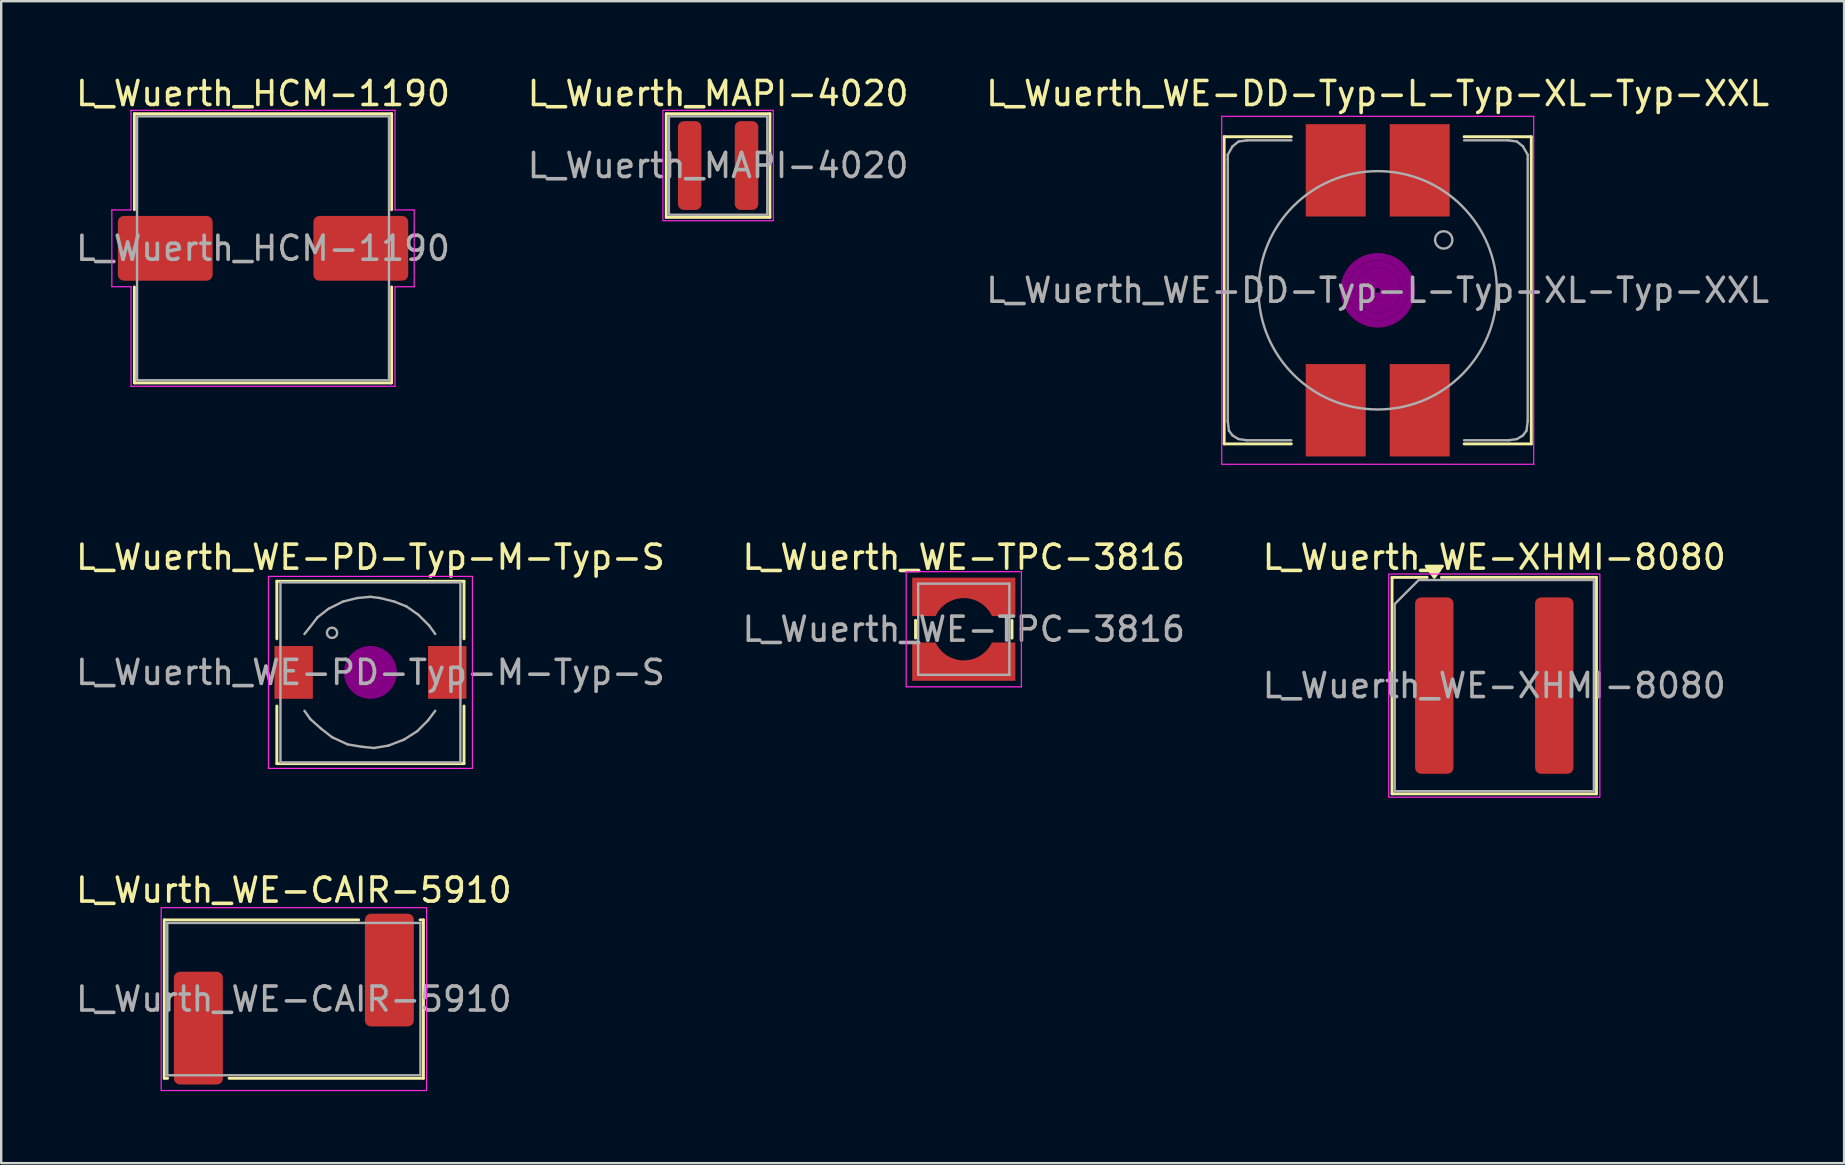
<source format=kicad_pcb>
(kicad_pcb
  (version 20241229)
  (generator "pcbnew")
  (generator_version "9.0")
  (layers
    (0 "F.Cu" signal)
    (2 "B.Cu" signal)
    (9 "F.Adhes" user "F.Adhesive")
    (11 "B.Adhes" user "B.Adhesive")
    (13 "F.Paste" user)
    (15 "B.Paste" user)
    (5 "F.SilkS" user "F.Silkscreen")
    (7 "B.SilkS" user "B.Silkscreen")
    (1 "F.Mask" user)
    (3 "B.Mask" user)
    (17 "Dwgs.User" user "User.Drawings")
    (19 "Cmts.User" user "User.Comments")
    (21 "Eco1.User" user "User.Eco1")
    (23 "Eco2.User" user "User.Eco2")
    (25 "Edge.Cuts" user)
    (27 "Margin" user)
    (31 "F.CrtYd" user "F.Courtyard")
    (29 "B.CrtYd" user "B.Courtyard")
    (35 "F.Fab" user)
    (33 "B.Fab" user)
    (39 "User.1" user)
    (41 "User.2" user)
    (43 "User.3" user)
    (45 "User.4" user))
  (footprint "L_Wuerth_WE-XHMI-8080"
    (layer "F.Cu")
    (at 59.22 25.521)
    (property "Reference" "L_Wuerth_WE-XHMI-8080" (at 0 -5.35 0) (layer "F.SilkS") (effects (font (size 1 1) (thickness 0.15))))
    (attr smd)
    (fp_line (start -4.26 -4.51) (end -2.796 -4.51) (stroke (width 0.12) (type solid)) (layer "F.SilkS"))
    (fp_line (start -4.26 4.51) (end -4.26 -4.51) (stroke (width 0.12) (type solid)) (layer "F.SilkS"))
    (fp_line (start -2.204 -4.51) (end 4.26 -4.51) (stroke (width 0.12) (type solid)) (layer "F.SilkS"))
    (fp_line (start 4.26 -4.51) (end 4.26 4.51) (stroke (width 0.12) (type solid)) (layer "F.SilkS"))
    (fp_line (start 4.26 4.51) (end -4.26 4.51) (stroke (width 0.12) (type solid)) (layer "F.SilkS"))
    (fp_poly (pts (xy -2.5 -4.51) (xy -2.84 -4.98) (xy -2.16 -4.98)) (stroke (width 0.12) (type solid)) (fill yes) (layer "F.SilkS"))
    (fp_rect (start -4.4 -4.65) (end 4.4 4.65) (stroke (width 0.05) (type solid)) (fill no) (layer "F.CrtYd"))
    (fp_poly (pts (xy -4.15 -3.4) (xy -4.15 4.4) (xy 4.15 4.4) (xy 4.15 -4.4) (xy -3.15 -4.4)) (stroke (width 0.1) (type solid)) (fill no) (layer "F.Fab"))
    (fp_text user "${REFERENCE}" (at 0 0 0) (layer "F.Fab") (effects (font (size 1 1) (thickness 0.15))))
    (pad "1" smd roundrect (at -2.5 0) (size 1.6 7.35) (layers "F.Cu" "F.Mask" "F.Paste") (roundrect_rratio 0.156))
    (pad "2" smd roundrect (at 2.5 0) (size 1.6 7.35) (layers "F.Cu" "F.Mask" "F.Paste") (roundrect_rratio 0.156)))
  (footprint "L_Wuerth_HCM-1190"
    (layer "F.Cu")
    (at 7.911 7.298)
    (property "Reference" "L_Wuerth_HCM-1190" (at 0 -6.45 0) (layer "F.SilkS") (effects (font (size 1 1) (thickness 0.15))))
    (attr smd)
    (fp_line (start -5.36 -5.61) (end 5.36 -5.61) (stroke (width 0.12) (type solid)) (layer "F.SilkS"))
    (fp_line (start -5.36 -1.61) (end -5.36 -5.61) (stroke (width 0.12) (type solid)) (layer "F.SilkS"))
    (fp_line (start -5.36 5.61) (end -5.36 1.61) (stroke (width 0.12) (type solid)) (layer "F.SilkS"))
    (fp_line (start 5.36 -5.61) (end 5.36 -1.61) (stroke (width 0.12) (type solid)) (layer "F.SilkS"))
    (fp_line (start 5.36 1.61) (end 5.36 5.61) (stroke (width 0.12) (type solid)) (layer "F.SilkS"))
    (fp_line (start 5.36 5.61) (end -5.36 5.61) (stroke (width 0.12) (type solid)) (layer "F.SilkS"))
    (fp_line (start -6.3 -1.6) (end -5.5 -1.6) (stroke (width 0.05) (type solid)) (layer "F.CrtYd"))
    (fp_line (start -6.3 1.6) (end -6.3 -1.6) (stroke (width 0.05) (type solid)) (layer "F.CrtYd"))
    (fp_line (start -5.5 -5.75) (end 5.5 -5.75) (stroke (width 0.05) (type solid)) (layer "F.CrtYd"))
    (fp_line (start -5.5 -1.6) (end -5.5 -5.75) (stroke (width 0.05) (type solid)) (layer "F.CrtYd"))
    (fp_line (start -5.5 1.6) (end -6.3 1.6) (stroke (width 0.05) (type solid)) (layer "F.CrtYd"))
    (fp_line (start -5.5 5.75) (end -5.5 1.6) (stroke (width 0.05) (type solid)) (layer "F.CrtYd"))
    (fp_line (start 5.5 -5.75) (end 5.5 -1.6) (stroke (width 0.05) (type solid)) (layer "F.CrtYd"))
    (fp_line (start 5.5 -1.6) (end 6.3 -1.6) (stroke (width 0.05) (type solid)) (layer "F.CrtYd"))
    (fp_line (start 5.5 1.6) (end 5.5 5.75) (stroke (width 0.05) (type solid)) (layer "F.CrtYd"))
    (fp_line (start 5.5 5.75) (end -5.5 5.75) (stroke (width 0.05) (type solid)) (layer "F.CrtYd"))
    (fp_line (start 6.3 -1.6) (end 6.3 1.6) (stroke (width 0.05) (type solid)) (layer "F.CrtYd"))
    (fp_line (start 6.3 1.6) (end 5.5 1.6) (stroke (width 0.05) (type solid)) (layer "F.CrtYd"))
    (fp_rect (start -5.25 -5.5) (end 5.25 5.5) (stroke (width 0.1) (type solid)) (fill no) (layer "F.Fab"))
    (fp_text user "${REFERENCE}" (at 0 0 0) (layer "F.Fab") (effects (font (size 1 1) (thickness 0.15))))
    (pad "1" smd roundrect (at -4.075 0) (size 3.95 2.7) (layers "F.Cu" "F.Mask" "F.Paste") (roundrect_rratio 0.093))
    (pad "2" smd roundrect (at 4.075 0) (size 3.95 2.7) (layers "F.Cu" "F.Mask" "F.Paste") (roundrect_rratio 0.093)))
  (footprint "L_Wurth_WE-CAIR-5910"
    (layer "F.Cu")
    (at 9.196 38.585)
    (property "Reference" "L_Wurth_WE-CAIR-5910" (at 0 -4.54 0) (unlocked yes) (layer "F.SilkS") (effects (font (size 1 1) (thickness 0.15))))
    (attr smd)
    (fp_line (start -5.4 -3.3) (end -5.4 3.3) (stroke (width 0.12) (type default)) (layer "F.SilkS"))
    (fp_line (start -5.4 3.3) (end -5.26 3.3) (stroke (width 0.12) (type default)) (layer "F.SilkS"))
    (fp_line (start -2.7 3.3) (end 5.4 3.3) (stroke (width 0.12) (type default)) (layer "F.SilkS"))
    (fp_line (start 2.7 -3.3) (end -5.4 -3.3) (stroke (width 0.12) (type default)) (layer "F.SilkS"))
    (fp_line (start 5.4 -3.3) (end 5.26 -3.3) (stroke (width 0.12) (type default)) (layer "F.SilkS"))
    (fp_line (start 5.4 3.3) (end 5.4 -3.3) (stroke (width 0.12) (type default)) (layer "F.SilkS"))
    (fp_rect (start 5.53 -3.81) (end -5.53 3.81) (stroke (width 0.05) (type default)) (fill no) (layer "F.CrtYd"))
    (fp_line (start -5.275 -3.175) (end -5.275 3.175) (stroke (width 0.1) (type default)) (layer "F.Fab"))
    (fp_line (start -5.275 3.175) (end 5.275 3.175) (stroke (width 0.1) (type default)) (layer "F.Fab"))
    (fp_line (start 5.275 -3.175) (end -5.275 -3.175) (stroke (width 0.1) (type default)) (layer "F.Fab"))
    (fp_line (start 5.275 3.175) (end 5.275 -3.175) (stroke (width 0.1) (type default)) (layer "F.Fab"))
    (fp_text user "${REFERENCE}" (at 0 0 0) (unlocked yes) (layer "F.Fab") (effects (font (size 1 1) (thickness 0.15))))
    (pad "1" smd roundrect (at -3.98 1.21 180) (size 2.04 4.7) (layers "F.Cu" "F.Mask" "F.Paste") (roundrect_rratio 0.123))
    (pad "2" smd roundrect (at 3.98 -1.21 180) (size 2.04 4.7) (layers "F.Cu" "F.Mask" "F.Paste") (roundrect_rratio 0.123)))
  (footprint "L_Wuerth_WE-DD-Typ-L-Typ-XL-Typ-XXL"
    (layer "F.Cu")
    (at 54.363 9.048)
    (property "Reference" "L_Wuerth_WE-DD-Typ-L-Typ-XL-Typ-XXL" (at 0 -8.2 0) (layer "F.SilkS") (effects (font (size 1 1) (thickness 0.15))))
    (attr smd)
    (fp_line (start -6.4 -6.4) (end -3.6 -6.4) (stroke (width 0.12) (type solid)) (layer "F.SilkS"))
    (fp_line (start -6.4 6.4) (end -6.4 -6.4) (stroke (width 0.12) (type solid)) (layer "F.SilkS"))
    (fp_line (start -3.6 6.4) (end -6.4 6.4) (stroke (width 0.12) (type solid)) (layer "F.SilkS"))
    (fp_line (start 3.6 -6.4) (end 6.4 -6.4) (stroke (width 0.12) (type solid)) (layer "F.SilkS"))
    (fp_line (start 6.4 -6.4) (end 6.4 6.4) (stroke (width 0.12) (type solid)) (layer "F.SilkS"))
    (fp_line (start 6.4 6.4) (end 3.6 6.4) (stroke (width 0.12) (type solid)) (layer "F.SilkS"))
    (fp_circle (center 0 0) (end 0.1 0) (stroke (width 0.3) (type solid)) (fill no) (layer "F.Adhes"))
    (fp_circle (center 0 0) (end 0.3 0.1) (stroke (width 0.3) (type solid)) (fill no) (layer "F.Adhes"))
    (fp_circle (center 0 0) (end 0.6 0) (stroke (width 0.3) (type solid)) (fill no) (layer "F.Adhes"))
    (fp_circle (center 0 0) (end 0.8 -0.1) (stroke (width 0.3) (type solid)) (fill no) (layer "F.Adhes"))
    (fp_circle (center 0 0) (end 1.1 -0.1) (stroke (width 0.3) (type solid)) (fill no) (layer "F.Adhes"))
    (fp_circle (center 0 0) (end 1.4 -0.1) (stroke (width 0.3) (type solid)) (fill no) (layer "F.Adhes"))
    (fp_line (start -6.5 -7.25) (end 6.5 -7.25) (stroke (width 0.05) (type solid)) (layer "F.CrtYd"))
    (fp_line (start -6.5 7.25) (end -6.5 -7.25) (stroke (width 0.05) (type solid)) (layer "F.CrtYd"))
    (fp_line (start 6.5 -7.25) (end 6.5 7.25) (stroke (width 0.05) (type solid)) (layer "F.CrtYd"))
    (fp_line (start 6.5 7.25) (end -6.5 7.25) (stroke (width 0.05) (type solid)) (layer "F.CrtYd"))
    (fp_line (start -6.25 -5.65) (end -6.25 -5.45) (stroke (width 0.1) (type solid)) (layer "F.Fab"))
    (fp_line (start -6.25 -5.45) (end -6.25 5.45) (stroke (width 0.1) (type solid)) (layer "F.Fab"))
    (fp_line (start -6.2 5.85) (end -6.25 5.45) (stroke (width 0.1) (type solid)) (layer "F.Fab"))
    (fp_line (start -6.05 -6) (end -6.25 -5.65) (stroke (width 0.1) (type solid)) (layer "F.Fab"))
    (fp_line (start -6.05 6.05) (end -6.2 5.85) (stroke (width 0.1) (type solid)) (layer "F.Fab"))
    (fp_line (start -5.8 -6.2) (end -6.05 -6) (stroke (width 0.1) (type solid)) (layer "F.Fab"))
    (fp_line (start -5.8 6.2) (end -6.05 6.05) (stroke (width 0.1) (type solid)) (layer "F.Fab"))
    (fp_line (start -5.45 -6.25) (end -5.8 -6.2) (stroke (width 0.1) (type solid)) (layer "F.Fab"))
    (fp_line (start -5.45 6.25) (end -5.8 6.2) (stroke (width 0.1) (type solid)) (layer "F.Fab"))
    (fp_line (start -3.6 -6.25) (end -5.45 -6.25) (stroke (width 0.1) (type solid)) (layer "F.Fab"))
    (fp_line (start -3.6 6.25) (end -5.45 6.25) (stroke (width 0.1) (type solid)) (layer "F.Fab"))
    (fp_line (start 3.6 -6.25) (end 5.45 -6.25) (stroke (width 0.1) (type solid)) (layer "F.Fab"))
    (fp_line (start 3.6 6.25) (end 5.45 6.25) (stroke (width 0.1) (type solid)) (layer "F.Fab"))
    (fp_line (start 5.45 -6.25) (end 5.8 -6.2) (stroke (width 0.1) (type solid)) (layer "F.Fab"))
    (fp_line (start 5.45 6.25) (end 5.8 6.2) (stroke (width 0.1) (type solid)) (layer "F.Fab"))
    (fp_line (start 5.8 -6.2) (end 6.05 -6) (stroke (width 0.1) (type solid)) (layer "F.Fab"))
    (fp_line (start 5.8 6.2) (end 6.05 6.05) (stroke (width 0.1) (type solid)) (layer "F.Fab"))
    (fp_line (start 6.05 -6) (end 6.25 -5.65) (stroke (width 0.1) (type solid)) (layer "F.Fab"))
    (fp_line (start 6.05 6.05) (end 6.2 5.85) (stroke (width 0.1) (type solid)) (layer "F.Fab"))
    (fp_line (start 6.2 5.85) (end 6.25 5.45) (stroke (width 0.1) (type solid)) (layer "F.Fab"))
    (fp_line (start 6.25 -5.65) (end 6.25 -5.45) (stroke (width 0.1) (type solid)) (layer "F.Fab"))
    (fp_line (start 6.25 -5.45) (end 6.25 5.45) (stroke (width 0.1) (type solid)) (layer "F.Fab"))
    (fp_circle (center 0 0) (end 2.1 4.5) (stroke (width 0.1) (type solid)) (fill no) (layer "F.Fab"))
    (fp_circle (center 2.75 -2.1) (end 3.05 -1.9) (stroke (width 0.1) (type solid)) (fill no) (layer "F.Fab"))
    (fp_text user "${REFERENCE}" (at 0 0 0) (layer "F.Fab") (effects (font (size 1 1) (thickness 0.15))))
    (pad "1" smd rect (at -1.75 -5) (size 2.5 3.85) (layers "F.Cu" "F.Mask" "F.Paste"))
    (pad "2" smd rect (at 1.75 -5) (size 2.5 3.85) (layers "F.Cu" "F.Mask" "F.Paste"))
    (pad "3" smd rect (at 1.75 5) (size 2.5 3.85) (layers "F.Cu" "F.Mask" "F.Paste"))
    (pad "4" smd rect (at -1.75 5) (size 2.5 3.85) (layers "F.Cu" "F.Mask" "F.Paste")))
  (footprint "L_Wuerth_WE-PD-Typ-M-Typ-S"
    (layer "F.Cu")
    (at 12.387 24.971)
    (property "Reference" "L_Wuerth_WE-PD-Typ-M-Typ-S" (at 0 -4.8 0) (layer "F.SilkS") (effects (font (size 1 1) (thickness 0.15))))
    (attr smd)
    (fp_line (start -3.9 -1.4) (end -3.9 -3.8) (stroke (width 0.12) (type solid)) (layer "F.SilkS"))
    (fp_line (start -3.9 1.4) (end -3.9 3.8) (stroke (width 0.12) (type solid)) (layer "F.SilkS"))
    (fp_line (start -3.9 3.8) (end 3.9 3.8) (stroke (width 0.12) (type solid)) (layer "F.SilkS"))
    (fp_line (start 3.9 -3.8) (end -3.9 -3.8) (stroke (width 0.12) (type solid)) (layer "F.SilkS"))
    (fp_line (start 3.9 -1.4) (end 3.9 -3.8) (stroke (width 0.12) (type solid)) (layer "F.SilkS"))
    (fp_line (start 3.9 3.8) (end 3.9 1.4) (stroke (width 0.12) (type solid)) (layer "F.SilkS"))
    (fp_circle (center 0 0) (end 0.15 0.15) (stroke (width 0.38) (type solid)) (fill no) (layer "F.Adhes"))
    (fp_circle (center 0 0) (end 0.55 0.05) (stroke (width 0.38) (type solid)) (fill no) (layer "F.Adhes"))
    (fp_circle (center 0 0) (end 0.9 0.15) (stroke (width 0.38) (type solid)) (fill no) (layer "F.Adhes"))
    (fp_line (start -4.25 -4) (end 4.25 -4) (stroke (width 0.05) (type solid)) (layer "F.CrtYd"))
    (fp_line (start -4.25 4) (end -4.25 -4) (stroke (width 0.05) (type solid)) (layer "F.CrtYd"))
    (fp_line (start 4.25 -4) (end 4.25 4) (stroke (width 0.05) (type solid)) (layer "F.CrtYd"))
    (fp_line (start 4.25 4) (end -4.25 4) (stroke (width 0.05) (type solid)) (layer "F.CrtYd"))
    (fp_line (start -3.75 -3.75) (end -3.75 3.75) (stroke (width 0.1) (type solid)) (layer "F.Fab"))
    (fp_line (start -3.75 3.75) (end 3.75 3.75) (stroke (width 0.1) (type solid)) (layer "F.Fab"))
    (fp_line (start -2.75 1.6) (end -2.5 1.95) (stroke (width 0.1) (type solid)) (layer "F.Fab"))
    (fp_line (start -2.55 -1.85) (end -2.75 -1.6) (stroke (width 0.1) (type solid)) (layer "F.Fab"))
    (fp_line (start -2.5 1.95) (end -2.05 2.35) (stroke (width 0.1) (type solid)) (layer "F.Fab"))
    (fp_line (start -2.2 -2.3) (end -2.55 -1.85) (stroke (width 0.1) (type solid)) (layer "F.Fab"))
    (fp_line (start -2.05 2.35) (end -1.6 2.7) (stroke (width 0.1) (type solid)) (layer "F.Fab"))
    (fp_line (start -1.75 -2.65) (end -2.2 -2.3) (stroke (width 0.1) (type solid)) (layer "F.Fab"))
    (fp_line (start -1.6 2.7) (end -0.95 3) (stroke (width 0.1) (type solid)) (layer "F.Fab"))
    (fp_line (start -1.15 -2.95) (end -1.75 -2.65) (stroke (width 0.1) (type solid)) (layer "F.Fab"))
    (fp_line (start -0.95 3) (end -0.35 3.1) (stroke (width 0.1) (type solid)) (layer "F.Fab"))
    (fp_line (start -0.55 -3.1) (end -1.15 -2.95) (stroke (width 0.1) (type solid)) (layer "F.Fab"))
    (fp_line (start -0.35 3.1) (end 0.15 3.15) (stroke (width 0.1) (type solid)) (layer "F.Fab"))
    (fp_line (start 0 -3.15) (end -0.55 -3.1) (stroke (width 0.1) (type solid)) (layer "F.Fab"))
    (fp_line (start 0.15 3.15) (end 0.75 3.05) (stroke (width 0.1) (type solid)) (layer "F.Fab"))
    (fp_line (start 0.4 -3.1) (end 0 -3.15) (stroke (width 0.1) (type solid)) (layer "F.Fab"))
    (fp_line (start 0.75 3.05) (end 1.4 2.8) (stroke (width 0.1) (type solid)) (layer "F.Fab"))
    (fp_line (start 1 -2.95) (end 0.4 -3.1) (stroke (width 0.1) (type solid)) (layer "F.Fab"))
    (fp_line (start 1.4 2.8) (end 1.95 2.45) (stroke (width 0.1) (type solid)) (layer "F.Fab"))
    (fp_line (start 1.5 -2.75) (end 1 -2.95) (stroke (width 0.1) (type solid)) (layer "F.Fab"))
    (fp_line (start 1.95 2.45) (end 2.4 2) (stroke (width 0.1) (type solid)) (layer "F.Fab"))
    (fp_line (start 2 -2.4) (end 1.5 -2.75) (stroke (width 0.1) (type solid)) (layer "F.Fab"))
    (fp_line (start 2.4 2) (end 2.7 1.6) (stroke (width 0.1) (type solid)) (layer "F.Fab"))
    (fp_line (start 2.45 -1.95) (end 2 -2.4) (stroke (width 0.1) (type solid)) (layer "F.Fab"))
    (fp_line (start 2.7 -1.6) (end 2.45 -1.95) (stroke (width 0.1) (type solid)) (layer "F.Fab"))
    (fp_line (start 3.75 -3.75) (end -3.75 -3.75) (stroke (width 0.1) (type solid)) (layer "F.Fab"))
    (fp_line (start 3.75 3.75) (end 3.75 -3.75) (stroke (width 0.1) (type solid)) (layer "F.Fab"))
    (fp_circle (center -1.6 -1.65) (end -1.45 -1.5) (stroke (width 0.1) (type solid)) (fill no) (layer "F.Fab"))
    (fp_text user "${REFERENCE}" (at 0 0 0) (layer "F.Fab") (effects (font (size 1 1) (thickness 0.15))))
    (pad "1" smd rect (at -3.2 0) (size 1.6 2.2) (layers "F.Cu" "F.Mask" "F.Paste"))
    (pad "2" smd rect (at 3.2 0) (size 1.6 2.2) (layers "F.Cu" "F.Mask" "F.Paste")))
  (footprint "L_Wuerth_MAPI-4020"
    (layer "F.Cu")
    (at 26.875 3.848)
    (property "Reference" "L_Wuerth_MAPI-4020" (at 0 -3 0) (layer "F.SilkS") (effects (font (size 1 1) (thickness 0.15))))
    (attr smd)
    (fp_line (start -2.16 -2.16) (end 2.16 -2.16) (stroke (width 0.12) (type solid)) (layer "F.SilkS"))
    (fp_line (start -2.16 2.16) (end -2.16 -2.16) (stroke (width 0.12) (type solid)) (layer "F.SilkS"))
    (fp_line (start 2.16 -2.16) (end 2.16 2.16) (stroke (width 0.12) (type solid)) (layer "F.SilkS"))
    (fp_line (start 2.16 2.16) (end -2.16 2.16) (stroke (width 0.12) (type solid)) (layer "F.SilkS"))
    (fp_rect (start -2.3 -2.3) (end 2.3 2.3) (stroke (width 0.05) (type solid)) (fill no) (layer "F.CrtYd"))
    (fp_rect (start -2.05 -2.05) (end 2.05 2.05) (stroke (width 0.1) (type solid)) (fill no) (layer "F.Fab"))
    (fp_text user "${REFERENCE}" (at 0 0 0) (layer "F.Fab") (effects (font (size 1 1) (thickness 0.15))))
    (pad "1" smd roundrect (at -1.185 0) (size 0.98 3.7) (layers "F.Cu" "F.Mask" "F.Paste") (roundrect_rratio 0.25))
    (pad "2" smd roundrect (at 1.185 0) (size 0.98 3.7) (layers "F.Cu" "F.Mask" "F.Paste") (roundrect_rratio 0.25)))
  (footprint "L_Wuerth_WE-TPC-3816"
    (layer "F.Cu")
    (at 37.113 23.172)
    (property "Reference" "L_Wuerth_WE-TPC-3816" (at 0 -3 0) (layer "F.SilkS") (effects (font (size 1 1) (thickness 0.15))))
    (attr smd)
    (fp_line (start -2.01 0.37) (end -2.01 -0.37) (stroke (width 0.12) (type solid)) (layer "F.SilkS"))
    (fp_line (start 2.01 -0.37) (end 2.01 0.37) (stroke (width 0.12) (type solid)) (layer "F.SilkS"))
    (fp_line (start -2.4 -2.4) (end 2.4 -2.4) (stroke (width 0.05) (type solid)) (layer "F.CrtYd"))
    (fp_line (start -2.4 2.4) (end -2.4 -2.4) (stroke (width 0.05) (type solid)) (layer "F.CrtYd"))
    (fp_line (start 2.4 -2.4) (end 2.4 2.4) (stroke (width 0.05) (type solid)) (layer "F.CrtYd"))
    (fp_line (start 2.4 2.4) (end -2.4 2.4) (stroke (width 0.05) (type solid)) (layer "F.CrtYd"))
    (fp_line (start -1.9 -1.9) (end 1.9 -1.9) (stroke (width 0.1) (type solid)) (layer "F.Fab"))
    (fp_line (start -1.9 1.9) (end -1.9 -1.9) (stroke (width 0.1) (type solid)) (layer "F.Fab"))
    (fp_line (start 1.9 -1.9) (end 1.9 1.9) (stroke (width 0.1) (type solid)) (layer "F.Fab"))
    (fp_line (start 1.9 1.9) (end -1.9 1.9) (stroke (width 0.1) (type solid)) (layer "F.Fab"))
    (fp_text user "${REFERENCE}" (at 0 0 0) (layer "F.Fab") (effects (font (size 1 1) (thickness 0.15))))
    (pad "1" smd custom (at 0 -1.75) (size 0.7 0.7) (layers "F.Cu" "F.Mask" "F.Paste") (options (anchor circle)) (primitives (gr_poly (pts (xy 2.15 1.2) (xy 1.178 1.2) (xy 1.065 1.004) (xy 0.919 0.83) (xy 0.745 0.685) (xy 0.549 0.572) (xy 0.336 0.494) (xy 0.113 0.455) (xy -0.113 0.455) (xy -0.336 0.494) (xy -0.549 0.572) (xy -0.745 0.685) (xy -0.919 0.83) (xy -1.065 1.004) (xy -1.178 1.2) (xy -2.15 1.2) (xy -2.15 -0.4) (xy 2.15 -0.4)) (width 0) (fill yes))))
    (pad "2" smd custom (at 0 1.75) (size 0.7 0.7) (layers "F.Cu" "F.Mask" "F.Paste") (options (anchor circle)) (primitives (gr_poly (pts (xy -1.065 -1.004) (xy -0.919 -0.83) (xy -0.745 -0.685) (xy -0.549 -0.572) (xy -0.336 -0.494) (xy -0.113 -0.455) (xy 0.113 -0.455) (xy 0.336 -0.494) (xy 0.549 -0.572) (xy 0.745 -0.685) (xy 0.919 -0.83) (xy 1.065 -1.004) (xy 1.178 -1.2) (xy 2.15 -1.2) (xy 2.15 0.4) (xy -2.15 0.4) (xy -2.15 -1.2) (xy -1.178 -1.2)) (width 0) (fill yes)))))
  (gr_rect
    (start -3 -3)
    (end 73.798 45.42)
    (stroke (width 0.1) (type default))
    (fill no)
    (layer "Edge.Cuts")))
</source>
